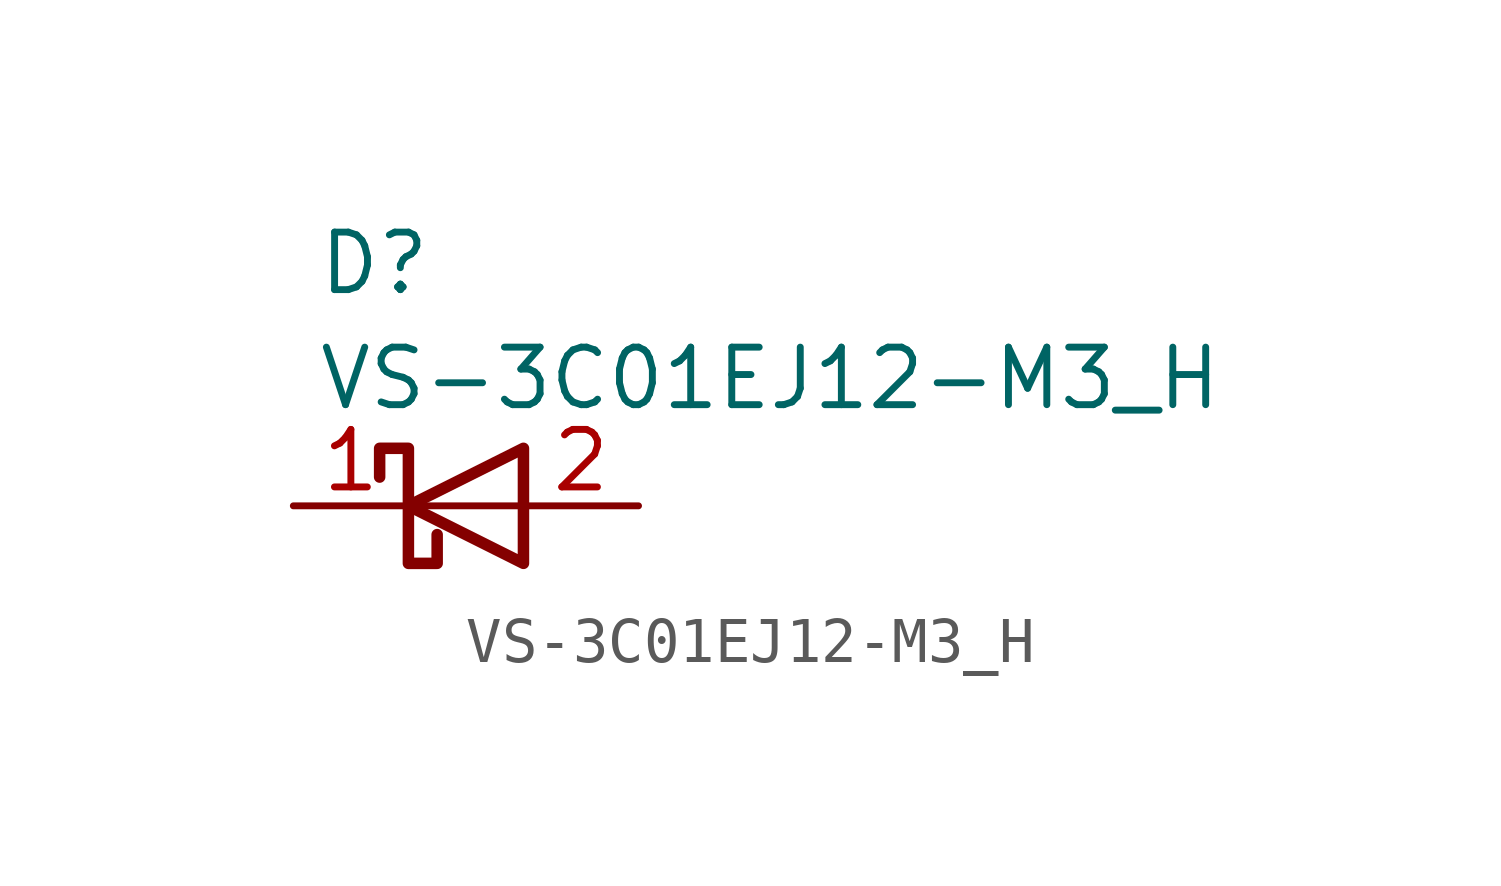
<source format=kicad_sym>
(kicad_symbol_lib
  (version 20241209)
  (generator "kicad_symbol_editor")
  (generator_version "9.0")
  (symbol "VS-3C01EJ12-M3_H"
    (pin_names
      (hide yes))
    (property "Reference" "D"
      (at -2.032 6.096 0)
      (effects (font (size 1.27 1.27)) (justify left top)))
    (property "Value" "VS-3C01EJ12-M3_H"
      (at -2.032 3.556 0)
      (effects (font (size 1.27 1.27)) (justify left top)))
    (symbol "VS-3C01EJ12-M3_H_0_1"
      (polyline (pts (xy -0.635 0.635) (xy -0.635 1.27) (xy 0 1.27) (xy 0 -1.27) (xy 0.635 -1.27) (xy 0.635 -0.635)) (stroke (width 0.254) (type default)) (fill (type none)))
      (polyline (pts (xy 2.54 1.27) (xy 2.54 -1.27) (xy 0 0) (xy 2.54 1.27)) (stroke (width 0.254) (type default)) (fill (type none)))
      (polyline (pts (xy 2.54 0) (xy 0 0)) (stroke (width 0) (type default)) (fill (type none))))
    (symbol "VS-3C01EJ12-M3_H_1_1"
      (pin passive line (at -2.54 0 0) (length 2.54) (name "K" (effects (font (size 1.27 1.27)))) (number "1" (effects (font (size 1.27 1.27)))))
      (pin passive line (at 5.08 0 180) (length 2.54) (name "A" (effects (font (size 1.27 1.27)))) (number "2" (effects (font (size 1.27 1.27))))))))
</source>
